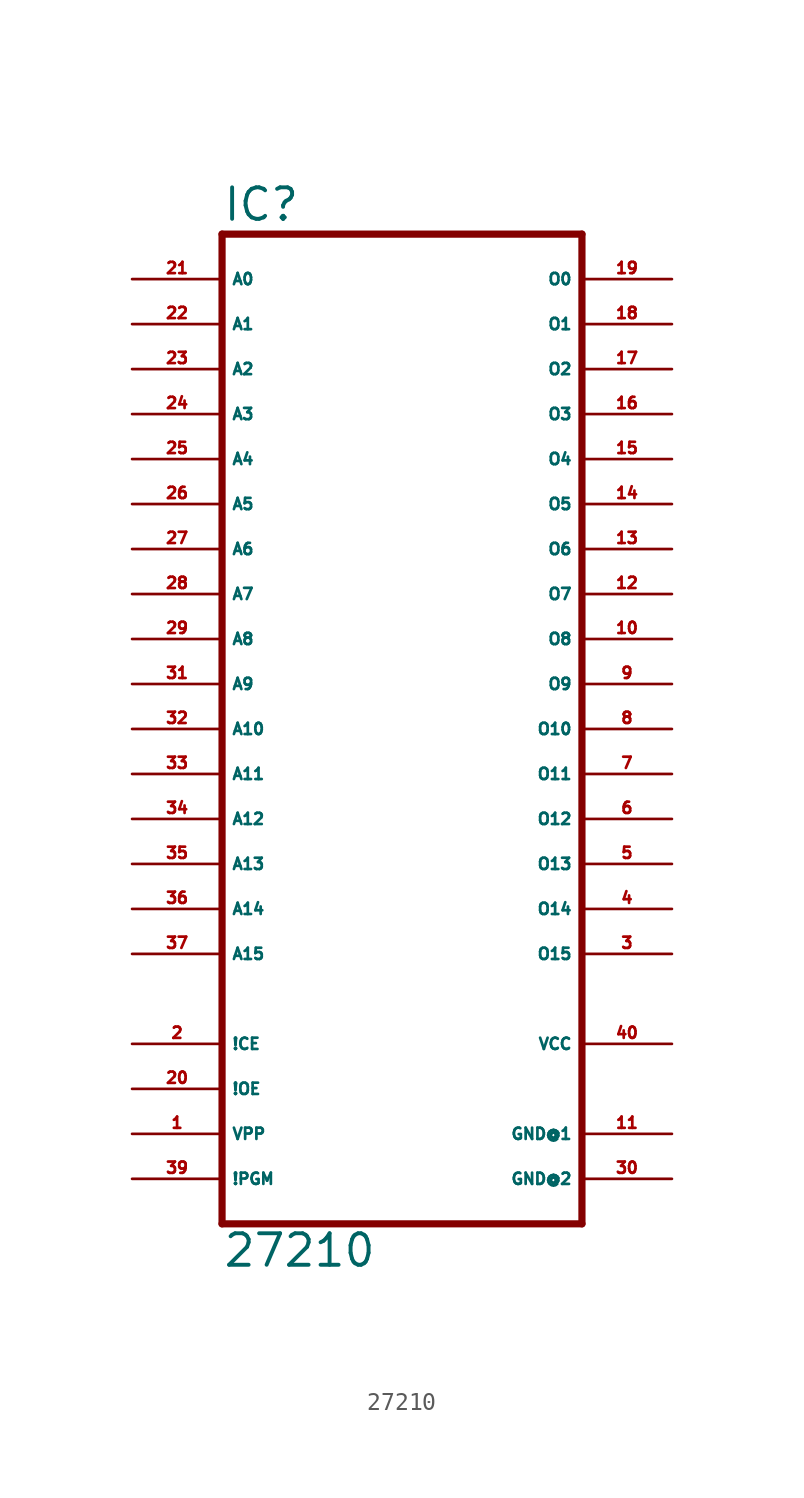
<source format=kicad_sym>
(kicad_symbol_lib
  (version 20220914)
  (generator Eagle2Kicad)
  (symbol "27210"
    (property "Reference" "IC"
      (at -10.16 28.575 0)
      (effects (font (size 1.778 1.778) (thickness 0.22)) (justify left bottom)))
    (property "Value" "27210"
      (at -10.16 -30.48 0)
      (effects (font (size 1.778 1.778) (thickness 0.22)) (justify left bottom)))
    (polyline
      (pts (xy -10.16 -27.94) (xy 10.16 -27.94))
      (stroke (width 0.406) (type default))
      (fill (type none)))
    (polyline
      (pts (xy 10.16 -27.94) (xy 10.16 27.94))
      (stroke (width 0.406) (type default))
      (fill (type none)))
    (polyline
      (pts (xy 10.16 27.94) (xy -10.16 27.94))
      (stroke (width 0.406) (type default))
      (fill (type none)))
    (polyline
      (pts (xy -10.16 27.94) (xy -10.16 -27.94))
      (stroke (width 0.406) (type default))
      (fill (type none)))
    (pin input line
      (at -15.24 -22.86 0)
      (length 5.08)
      (name "VPP" (effects (font (size 0.635 0.635) (thickness 0.08)) (justify left bottom)))
      (number "1" (effects (font (size 0.635 0.635) (thickness 0.08)) (justify left bottom))))
    (pin input line
      (at -15.24 -17.78 0)
      (length 5.08)
      (name "!CE" (effects (font (size 0.635 0.635) (thickness 0.08)) (justify left bottom)))
      (number "2" (effects (font (size 0.635 0.635) (thickness 0.08)) (justify left bottom))))
    (pin tri_state line
      (at 15.24 -12.7 180)
      (length 5.08)
      (name "O15" (effects (font (size 0.635 0.635) (thickness 0.08)) (justify left bottom)))
      (number "3" (effects (font (size 0.635 0.635) (thickness 0.08)) (justify left bottom))))
    (pin tri_state line
      (at 15.24 -10.16 180)
      (length 5.08)
      (name "O14" (effects (font (size 0.635 0.635) (thickness 0.08)) (justify left bottom)))
      (number "4" (effects (font (size 0.635 0.635) (thickness 0.08)) (justify left bottom))))
    (pin tri_state line
      (at 15.24 -7.62 180)
      (length 5.08)
      (name "O13" (effects (font (size 0.635 0.635) (thickness 0.08)) (justify left bottom)))
      (number "5" (effects (font (size 0.635 0.635) (thickness 0.08)) (justify left bottom))))
    (pin tri_state line
      (at 15.24 -5.08 180)
      (length 5.08)
      (name "O12" (effects (font (size 0.635 0.635) (thickness 0.08)) (justify left bottom)))
      (number "6" (effects (font (size 0.635 0.635) (thickness 0.08)) (justify left bottom))))
    (pin tri_state line
      (at 15.24 -2.54 180)
      (length 5.08)
      (name "O11" (effects (font (size 0.635 0.635) (thickness 0.08)) (justify left bottom)))
      (number "7" (effects (font (size 0.635 0.635) (thickness 0.08)) (justify left bottom))))
    (pin tri_state line
      (at 15.24 0 180)
      (length 5.08)
      (name "O10" (effects (font (size 0.635 0.635) (thickness 0.08)) (justify left bottom)))
      (number "8" (effects (font (size 0.635 0.635) (thickness 0.08)) (justify left bottom))))
    (pin tri_state line
      (at 15.24 2.54 180)
      (length 5.08)
      (name "O9" (effects (font (size 0.635 0.635) (thickness 0.08)) (justify left bottom)))
      (number "9" (effects (font (size 0.635 0.635) (thickness 0.08)) (justify left bottom))))
    (pin tri_state line
      (at 15.24 5.08 180)
      (length 5.08)
      (name "O8" (effects (font (size 0.635 0.635) (thickness 0.08)) (justify left bottom)))
      (number "10" (effects (font (size 0.635 0.635) (thickness 0.08)) (justify left bottom))))
    (pin tri_state line
      (at 15.24 7.62 180)
      (length 5.08)
      (name "O7" (effects (font (size 0.635 0.635) (thickness 0.08)) (justify left bottom)))
      (number "12" (effects (font (size 0.635 0.635) (thickness 0.08)) (justify left bottom))))
    (pin tri_state line
      (at 15.24 10.16 180)
      (length 5.08)
      (name "O6" (effects (font (size 0.635 0.635) (thickness 0.08)) (justify left bottom)))
      (number "13" (effects (font (size 0.635 0.635) (thickness 0.08)) (justify left bottom))))
    (pin tri_state line
      (at 15.24 12.7 180)
      (length 5.08)
      (name "O5" (effects (font (size 0.635 0.635) (thickness 0.08)) (justify left bottom)))
      (number "14" (effects (font (size 0.635 0.635) (thickness 0.08)) (justify left bottom))))
    (pin tri_state line
      (at 15.24 15.24 180)
      (length 5.08)
      (name "O4" (effects (font (size 0.635 0.635) (thickness 0.08)) (justify left bottom)))
      (number "15" (effects (font (size 0.635 0.635) (thickness 0.08)) (justify left bottom))))
    (pin tri_state line
      (at 15.24 17.78 180)
      (length 5.08)
      (name "O3" (effects (font (size 0.635 0.635) (thickness 0.08)) (justify left bottom)))
      (number "16" (effects (font (size 0.635 0.635) (thickness 0.08)) (justify left bottom))))
    (pin tri_state line
      (at 15.24 20.32 180)
      (length 5.08)
      (name "O2" (effects (font (size 0.635 0.635) (thickness 0.08)) (justify left bottom)))
      (number "17" (effects (font (size 0.635 0.635) (thickness 0.08)) (justify left bottom))))
    (pin tri_state line
      (at 15.24 22.86 180)
      (length 5.08)
      (name "O1" (effects (font (size 0.635 0.635) (thickness 0.08)) (justify left bottom)))
      (number "18" (effects (font (size 0.635 0.635) (thickness 0.08)) (justify left bottom))))
    (pin tri_state line
      (at 15.24 25.4 180)
      (length 5.08)
      (name "O0" (effects (font (size 0.635 0.635) (thickness 0.08)) (justify left bottom)))
      (number "19" (effects (font (size 0.635 0.635) (thickness 0.08)) (justify left bottom))))
    (pin input line
      (at -15.24 -20.32 0)
      (length 5.08)
      (name "!OE" (effects (font (size 0.635 0.635) (thickness 0.08)) (justify left bottom)))
      (number "20" (effects (font (size 0.635 0.635) (thickness 0.08)) (justify left bottom))))
    (pin input line
      (at -15.24 25.4 0)
      (length 5.08)
      (name "A0" (effects (font (size 0.635 0.635) (thickness 0.08)) (justify left bottom)))
      (number "21" (effects (font (size 0.635 0.635) (thickness 0.08)) (justify left bottom))))
    (pin input line
      (at -15.24 22.86 0)
      (length 5.08)
      (name "A1" (effects (font (size 0.635 0.635) (thickness 0.08)) (justify left bottom)))
      (number "22" (effects (font (size 0.635 0.635) (thickness 0.08)) (justify left bottom))))
    (pin input line
      (at -15.24 20.32 0)
      (length 5.08)
      (name "A2" (effects (font (size 0.635 0.635) (thickness 0.08)) (justify left bottom)))
      (number "23" (effects (font (size 0.635 0.635) (thickness 0.08)) (justify left bottom))))
    (pin input line
      (at -15.24 17.78 0)
      (length 5.08)
      (name "A3" (effects (font (size 0.635 0.635) (thickness 0.08)) (justify left bottom)))
      (number "24" (effects (font (size 0.635 0.635) (thickness 0.08)) (justify left bottom))))
    (pin input line
      (at -15.24 15.24 0)
      (length 5.08)
      (name "A4" (effects (font (size 0.635 0.635) (thickness 0.08)) (justify left bottom)))
      (number "25" (effects (font (size 0.635 0.635) (thickness 0.08)) (justify left bottom))))
    (pin input line
      (at -15.24 12.7 0)
      (length 5.08)
      (name "A5" (effects (font (size 0.635 0.635) (thickness 0.08)) (justify left bottom)))
      (number "26" (effects (font (size 0.635 0.635) (thickness 0.08)) (justify left bottom))))
    (pin input line
      (at -15.24 10.16 0)
      (length 5.08)
      (name "A6" (effects (font (size 0.635 0.635) (thickness 0.08)) (justify left bottom)))
      (number "27" (effects (font (size 0.635 0.635) (thickness 0.08)) (justify left bottom))))
    (pin input line
      (at -15.24 7.62 0)
      (length 5.08)
      (name "A7" (effects (font (size 0.635 0.635) (thickness 0.08)) (justify left bottom)))
      (number "28" (effects (font (size 0.635 0.635) (thickness 0.08)) (justify left bottom))))
    (pin input line
      (at -15.24 5.08 0)
      (length 5.08)
      (name "A8" (effects (font (size 0.635 0.635) (thickness 0.08)) (justify left bottom)))
      (number "29" (effects (font (size 0.635 0.635) (thickness 0.08)) (justify left bottom))))
    (pin input line
      (at -15.24 2.54 0)
      (length 5.08)
      (name "A9" (effects (font (size 0.635 0.635) (thickness 0.08)) (justify left bottom)))
      (number "31" (effects (font (size 0.635 0.635) (thickness 0.08)) (justify left bottom))))
    (pin input line
      (at -15.24 0 0)
      (length 5.08)
      (name "A10" (effects (font (size 0.635 0.635) (thickness 0.08)) (justify left bottom)))
      (number "32" (effects (font (size 0.635 0.635) (thickness 0.08)) (justify left bottom))))
    (pin input line
      (at -15.24 -2.54 0)
      (length 5.08)
      (name "A11" (effects (font (size 0.635 0.635) (thickness 0.08)) (justify left bottom)))
      (number "33" (effects (font (size 0.635 0.635) (thickness 0.08)) (justify left bottom))))
    (pin input line
      (at -15.24 -5.08 0)
      (length 5.08)
      (name "A12" (effects (font (size 0.635 0.635) (thickness 0.08)) (justify left bottom)))
      (number "34" (effects (font (size 0.635 0.635) (thickness 0.08)) (justify left bottom))))
    (pin input line
      (at -15.24 -7.62 0)
      (length 5.08)
      (name "A13" (effects (font (size 0.635 0.635) (thickness 0.08)) (justify left bottom)))
      (number "35" (effects (font (size 0.635 0.635) (thickness 0.08)) (justify left bottom))))
    (pin input line
      (at -15.24 -10.16 0)
      (length 5.08)
      (name "A14" (effects (font (size 0.635 0.635) (thickness 0.08)) (justify left bottom)))
      (number "36" (effects (font (size 0.635 0.635) (thickness 0.08)) (justify left bottom))))
    (pin input line
      (at -15.24 -12.7 0)
      (length 5.08)
      (name "A15" (effects (font (size 0.635 0.635) (thickness 0.08)) (justify left bottom)))
      (number "37" (effects (font (size 0.635 0.635) (thickness 0.08)) (justify left bottom))))
    (pin input line
      (at -15.24 -25.4 0)
      (length 5.08)
      (name "!PGM" (effects (font (size 0.635 0.635) (thickness 0.08)) (justify left bottom)))
      (number "39" (effects (font (size 0.635 0.635) (thickness 0.08)) (justify left bottom))))
    (pin unspecified line
      (at 15.24 -17.78 180)
      (length 5.08)
      (name "VCC" (effects (font (size 0.635 0.635) (thickness 0.08)) (justify left bottom)))
      (number "40" (effects (font (size 0.635 0.635) (thickness 0.08)) (justify left bottom))))
    (pin unspecified line
      (at 15.24 -22.86 180)
      (length 5.08)
      (name "GND@1" (effects (font (size 0.635 0.635) (thickness 0.08)) (justify left bottom)))
      (number "11" (effects (font (size 0.635 0.635) (thickness 0.08)) (justify left bottom))))
    (pin unspecified line
      (at 15.24 -25.4 180)
      (length 5.08)
      (name "GND@2" (effects (font (size 0.635 0.635) (thickness 0.08)) (justify left bottom)))
      (number "30" (effects (font (size 0.635 0.635) (thickness 0.08)) (justify left bottom))))))
</source>
